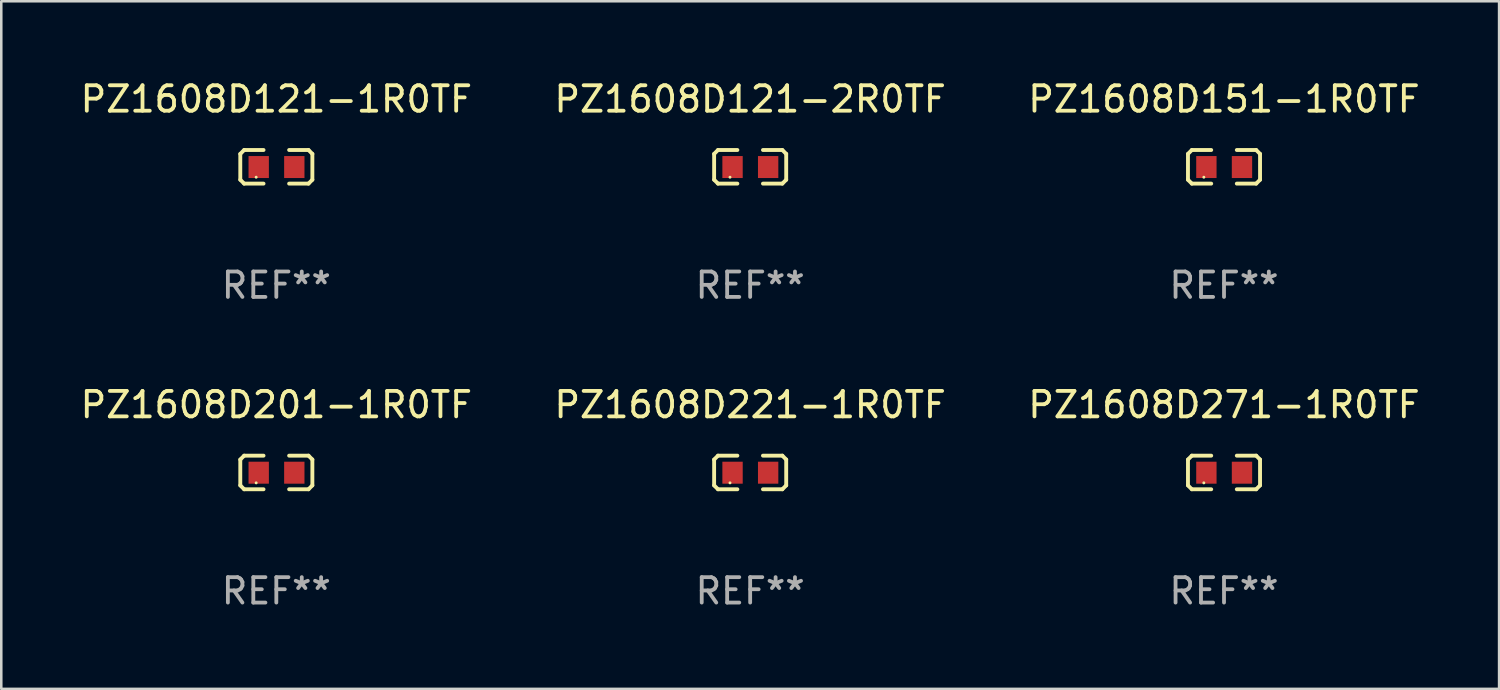
<source format=kicad_pcb>
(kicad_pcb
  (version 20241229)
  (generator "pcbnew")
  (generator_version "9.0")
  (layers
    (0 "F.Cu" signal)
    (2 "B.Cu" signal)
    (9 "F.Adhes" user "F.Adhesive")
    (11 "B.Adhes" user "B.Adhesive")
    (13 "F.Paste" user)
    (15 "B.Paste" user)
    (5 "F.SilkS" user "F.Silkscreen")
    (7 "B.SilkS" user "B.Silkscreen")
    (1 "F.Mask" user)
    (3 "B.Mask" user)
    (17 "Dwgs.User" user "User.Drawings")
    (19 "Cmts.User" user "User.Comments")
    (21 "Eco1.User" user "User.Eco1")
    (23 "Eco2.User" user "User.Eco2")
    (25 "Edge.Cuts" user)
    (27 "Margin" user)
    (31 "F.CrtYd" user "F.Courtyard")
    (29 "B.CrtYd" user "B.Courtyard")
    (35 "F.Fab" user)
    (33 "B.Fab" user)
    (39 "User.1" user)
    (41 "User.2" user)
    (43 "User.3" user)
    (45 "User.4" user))
  (footprint "PZ1608D221-1R0TF"
    (layer "F.Cu")
    (at 26.446 15.527)
    (property "Reference" "PZ1608D221-1R0TF" (at 0 -2.661 0) (layer "F.SilkS") (effects (font (size 1 1) (thickness 0.15))))
    (attr through_hole)
    (fp_line (start -1.417 -0.508) (end -1.265 -0.661) (stroke (width 0.152) (type solid)) (layer "F.SilkS"))
    (fp_line (start -1.417 0.508) (end -1.417 -0.508) (stroke (width 0.152) (type solid)) (layer "F.SilkS"))
    (fp_line (start -1.265 -0.661) (end -0.503 -0.661) (stroke (width 0.152) (type solid)) (layer "F.SilkS"))
    (fp_line (start -1.265 0.661) (end -1.417 0.508) (stroke (width 0.152) (type solid)) (layer "F.SilkS"))
    (fp_line (start -1.265 0.661) (end -0.503 0.661) (stroke (width 0.152) (type solid)) (layer "F.SilkS"))
    (fp_line (start 1.265 -0.661) (end 0.503 -0.661) (stroke (width 0.152) (type solid)) (layer "F.SilkS"))
    (fp_line (start 1.265 -0.661) (end 1.417 -0.508) (stroke (width 0.152) (type solid)) (layer "F.SilkS"))
    (fp_line (start 1.265 0.661) (end 0.503 0.661) (stroke (width 0.152) (type solid)) (layer "F.SilkS"))
    (fp_line (start 1.417 -0.508) (end 1.417 0.508) (stroke (width 0.152) (type solid)) (layer "F.SilkS"))
    (fp_line (start 1.417 0.508) (end 1.265 0.661) (stroke (width 0.152) (type solid)) (layer "F.SilkS"))
    (fp_circle (center -0.793 0.409) (end -0.763 0.409) (stroke (width 0.06) (type solid)) (fill no) (layer "F.SilkS"))
    (fp_text user "REF**" (at 0 4.661 0) (layer "F.Fab") (effects (font (size 1 1) (thickness 0.15))))
    (pad "1" smd rect (at -0.693 0.009 180) (size 0.8 0.864) (layers "F.Cu" "F.Mask" "F.Paste"))
    (pad "2" smd rect (at 0.707 0.009 180) (size 0.8 0.864) (layers "F.Cu" "F.Mask" "F.Paste")))
  (footprint "PZ1608D121-2R0TF"
    (layer "F.Cu")
    (at 26.446 3.509)
    (property "Reference" "PZ1608D121-2R0TF" (at 0 -2.661 0) (layer "F.SilkS") (effects (font (size 1 1) (thickness 0.15))))
    (attr through_hole)
    (fp_line (start -1.417 -0.508) (end -1.265 -0.661) (stroke (width 0.152) (type solid)) (layer "F.SilkS"))
    (fp_line (start -1.417 0.508) (end -1.417 -0.508) (stroke (width 0.152) (type solid)) (layer "F.SilkS"))
    (fp_line (start -1.265 -0.661) (end -0.503 -0.661) (stroke (width 0.152) (type solid)) (layer "F.SilkS"))
    (fp_line (start -1.265 0.661) (end -1.417 0.508) (stroke (width 0.152) (type solid)) (layer "F.SilkS"))
    (fp_line (start -1.265 0.661) (end -0.503 0.661) (stroke (width 0.152) (type solid)) (layer "F.SilkS"))
    (fp_line (start 1.265 -0.661) (end 0.503 -0.661) (stroke (width 0.152) (type solid)) (layer "F.SilkS"))
    (fp_line (start 1.265 -0.661) (end 1.417 -0.508) (stroke (width 0.152) (type solid)) (layer "F.SilkS"))
    (fp_line (start 1.265 0.661) (end 0.503 0.661) (stroke (width 0.152) (type solid)) (layer "F.SilkS"))
    (fp_line (start 1.417 -0.508) (end 1.417 0.508) (stroke (width 0.152) (type solid)) (layer "F.SilkS"))
    (fp_line (start 1.417 0.508) (end 1.265 0.661) (stroke (width 0.152) (type solid)) (layer "F.SilkS"))
    (fp_circle (center -0.793 0.409) (end -0.763 0.409) (stroke (width 0.06) (type solid)) (fill no) (layer "F.SilkS"))
    (fp_text user "REF**" (at 0 4.661 0) (layer "F.Fab") (effects (font (size 1 1) (thickness 0.15))))
    (pad "1" smd rect (at -0.693 0.009 180) (size 0.8 0.864) (layers "F.Cu" "F.Mask" "F.Paste"))
    (pad "2" smd rect (at 0.707 0.009 180) (size 0.8 0.864) (layers "F.Cu" "F.Mask" "F.Paste")))
  (footprint "PZ1608D151-1R0TF"
    (layer "F.Cu")
    (at 45.077 3.509)
    (property "Reference" "PZ1608D151-1R0TF" (at 0 -2.661 0) (layer "F.SilkS") (effects (font (size 1 1) (thickness 0.15))))
    (attr through_hole)
    (fp_line (start -1.417 -0.508) (end -1.265 -0.661) (stroke (width 0.152) (type solid)) (layer "F.SilkS"))
    (fp_line (start -1.417 0.508) (end -1.417 -0.508) (stroke (width 0.152) (type solid)) (layer "F.SilkS"))
    (fp_line (start -1.265 -0.661) (end -0.503 -0.661) (stroke (width 0.152) (type solid)) (layer "F.SilkS"))
    (fp_line (start -1.265 0.661) (end -1.417 0.508) (stroke (width 0.152) (type solid)) (layer "F.SilkS"))
    (fp_line (start -1.265 0.661) (end -0.503 0.661) (stroke (width 0.152) (type solid)) (layer "F.SilkS"))
    (fp_line (start 1.265 -0.661) (end 0.503 -0.661) (stroke (width 0.152) (type solid)) (layer "F.SilkS"))
    (fp_line (start 1.265 -0.661) (end 1.417 -0.508) (stroke (width 0.152) (type solid)) (layer "F.SilkS"))
    (fp_line (start 1.265 0.661) (end 0.503 0.661) (stroke (width 0.152) (type solid)) (layer "F.SilkS"))
    (fp_line (start 1.417 -0.508) (end 1.417 0.508) (stroke (width 0.152) (type solid)) (layer "F.SilkS"))
    (fp_line (start 1.417 0.508) (end 1.265 0.661) (stroke (width 0.152) (type solid)) (layer "F.SilkS"))
    (fp_circle (center -0.793 0.409) (end -0.763 0.409) (stroke (width 0.06) (type solid)) (fill no) (layer "F.SilkS"))
    (fp_text user "REF**" (at 0 4.661 0) (layer "F.Fab") (effects (font (size 1 1) (thickness 0.15))))
    (pad "1" smd rect (at -0.693 0.009 180) (size 0.8 0.864) (layers "F.Cu" "F.Mask" "F.Paste"))
    (pad "2" smd rect (at 0.707 0.009 180) (size 0.8 0.864) (layers "F.Cu" "F.Mask" "F.Paste")))
  (footprint "PZ1608D121-1R0TF"
    (layer "F.Cu")
    (at 7.815 3.509)
    (property "Reference" "PZ1608D121-1R0TF" (at 0 -2.661 0) (layer "F.SilkS") (effects (font (size 1 1) (thickness 0.15))))
    (attr through_hole)
    (fp_line (start -1.417 -0.508) (end -1.265 -0.661) (stroke (width 0.152) (type solid)) (layer "F.SilkS"))
    (fp_line (start -1.417 0.508) (end -1.417 -0.508) (stroke (width 0.152) (type solid)) (layer "F.SilkS"))
    (fp_line (start -1.265 -0.661) (end -0.503 -0.661) (stroke (width 0.152) (type solid)) (layer "F.SilkS"))
    (fp_line (start -1.265 0.661) (end -1.417 0.508) (stroke (width 0.152) (type solid)) (layer "F.SilkS"))
    (fp_line (start -1.265 0.661) (end -0.503 0.661) (stroke (width 0.152) (type solid)) (layer "F.SilkS"))
    (fp_line (start 1.265 -0.661) (end 0.503 -0.661) (stroke (width 0.152) (type solid)) (layer "F.SilkS"))
    (fp_line (start 1.265 -0.661) (end 1.417 -0.508) (stroke (width 0.152) (type solid)) (layer "F.SilkS"))
    (fp_line (start 1.265 0.661) (end 0.503 0.661) (stroke (width 0.152) (type solid)) (layer "F.SilkS"))
    (fp_line (start 1.417 -0.508) (end 1.417 0.508) (stroke (width 0.152) (type solid)) (layer "F.SilkS"))
    (fp_line (start 1.417 0.508) (end 1.265 0.661) (stroke (width 0.152) (type solid)) (layer "F.SilkS"))
    (fp_circle (center -0.793 0.409) (end -0.763 0.409) (stroke (width 0.06) (type solid)) (fill no) (layer "F.SilkS"))
    (fp_text user "REF**" (at 0 4.661 0) (layer "F.Fab") (effects (font (size 1 1) (thickness 0.15))))
    (pad "1" smd rect (at -0.693 0.009 180) (size 0.8 0.864) (layers "F.Cu" "F.Mask" "F.Paste"))
    (pad "2" smd rect (at 0.707 0.009 180) (size 0.8 0.864) (layers "F.Cu" "F.Mask" "F.Paste")))
  (footprint "PZ1608D271-1R0TF"
    (layer "F.Cu")
    (at 45.077 15.527)
    (property "Reference" "PZ1608D271-1R0TF" (at 0 -2.661 0) (layer "F.SilkS") (effects (font (size 1 1) (thickness 0.15))))
    (attr through_hole)
    (fp_line (start -1.417 -0.508) (end -1.265 -0.661) (stroke (width 0.152) (type solid)) (layer "F.SilkS"))
    (fp_line (start -1.417 0.508) (end -1.417 -0.508) (stroke (width 0.152) (type solid)) (layer "F.SilkS"))
    (fp_line (start -1.265 -0.661) (end -0.503 -0.661) (stroke (width 0.152) (type solid)) (layer "F.SilkS"))
    (fp_line (start -1.265 0.661) (end -1.417 0.508) (stroke (width 0.152) (type solid)) (layer "F.SilkS"))
    (fp_line (start -1.265 0.661) (end -0.503 0.661) (stroke (width 0.152) (type solid)) (layer "F.SilkS"))
    (fp_line (start 1.265 -0.661) (end 0.503 -0.661) (stroke (width 0.152) (type solid)) (layer "F.SilkS"))
    (fp_line (start 1.265 -0.661) (end 1.417 -0.508) (stroke (width 0.152) (type solid)) (layer "F.SilkS"))
    (fp_line (start 1.265 0.661) (end 0.503 0.661) (stroke (width 0.152) (type solid)) (layer "F.SilkS"))
    (fp_line (start 1.417 -0.508) (end 1.417 0.508) (stroke (width 0.152) (type solid)) (layer "F.SilkS"))
    (fp_line (start 1.417 0.508) (end 1.265 0.661) (stroke (width 0.152) (type solid)) (layer "F.SilkS"))
    (fp_circle (center -0.793 0.409) (end -0.763 0.409) (stroke (width 0.06) (type solid)) (fill no) (layer "F.SilkS"))
    (fp_text user "REF**" (at 0 4.661 0) (layer "F.Fab") (effects (font (size 1 1) (thickness 0.15))))
    (pad "1" smd rect (at -0.693 0.009 180) (size 0.8 0.864) (layers "F.Cu" "F.Mask" "F.Paste"))
    (pad "2" smd rect (at 0.707 0.009 180) (size 0.8 0.864) (layers "F.Cu" "F.Mask" "F.Paste")))
  (footprint "PZ1608D201-1R0TF"
    (layer "F.Cu")
    (at 7.815 15.527)
    (property "Reference" "PZ1608D201-1R0TF" (at 0 -2.661 0) (layer "F.SilkS") (effects (font (size 1 1) (thickness 0.15))))
    (attr through_hole)
    (fp_line (start -1.417 -0.508) (end -1.265 -0.661) (stroke (width 0.152) (type solid)) (layer "F.SilkS"))
    (fp_line (start -1.417 0.508) (end -1.417 -0.508) (stroke (width 0.152) (type solid)) (layer "F.SilkS"))
    (fp_line (start -1.265 -0.661) (end -0.503 -0.661) (stroke (width 0.152) (type solid)) (layer "F.SilkS"))
    (fp_line (start -1.265 0.661) (end -1.417 0.508) (stroke (width 0.152) (type solid)) (layer "F.SilkS"))
    (fp_line (start -1.265 0.661) (end -0.503 0.661) (stroke (width 0.152) (type solid)) (layer "F.SilkS"))
    (fp_line (start 1.265 -0.661) (end 0.503 -0.661) (stroke (width 0.152) (type solid)) (layer "F.SilkS"))
    (fp_line (start 1.265 -0.661) (end 1.417 -0.508) (stroke (width 0.152) (type solid)) (layer "F.SilkS"))
    (fp_line (start 1.265 0.661) (end 0.503 0.661) (stroke (width 0.152) (type solid)) (layer "F.SilkS"))
    (fp_line (start 1.417 -0.508) (end 1.417 0.508) (stroke (width 0.152) (type solid)) (layer "F.SilkS"))
    (fp_line (start 1.417 0.508) (end 1.265 0.661) (stroke (width 0.152) (type solid)) (layer "F.SilkS"))
    (fp_circle (center -0.793 0.409) (end -0.763 0.409) (stroke (width 0.06) (type solid)) (fill no) (layer "F.SilkS"))
    (fp_text user "REF**" (at 0 4.661 0) (layer "F.Fab") (effects (font (size 1 1) (thickness 0.15))))
    (pad "1" smd rect (at -0.693 0.009 180) (size 0.8 0.864) (layers "F.Cu" "F.Mask" "F.Paste"))
    (pad "2" smd rect (at 0.707 0.009 180) (size 0.8 0.864) (layers "F.Cu" "F.Mask" "F.Paste")))
  (gr_rect
    (start -3 -3)
    (end 55.893 24.035)
    (stroke (width 0.1) (type default))
    (fill no)
    (layer "Edge.Cuts")))
</source>
